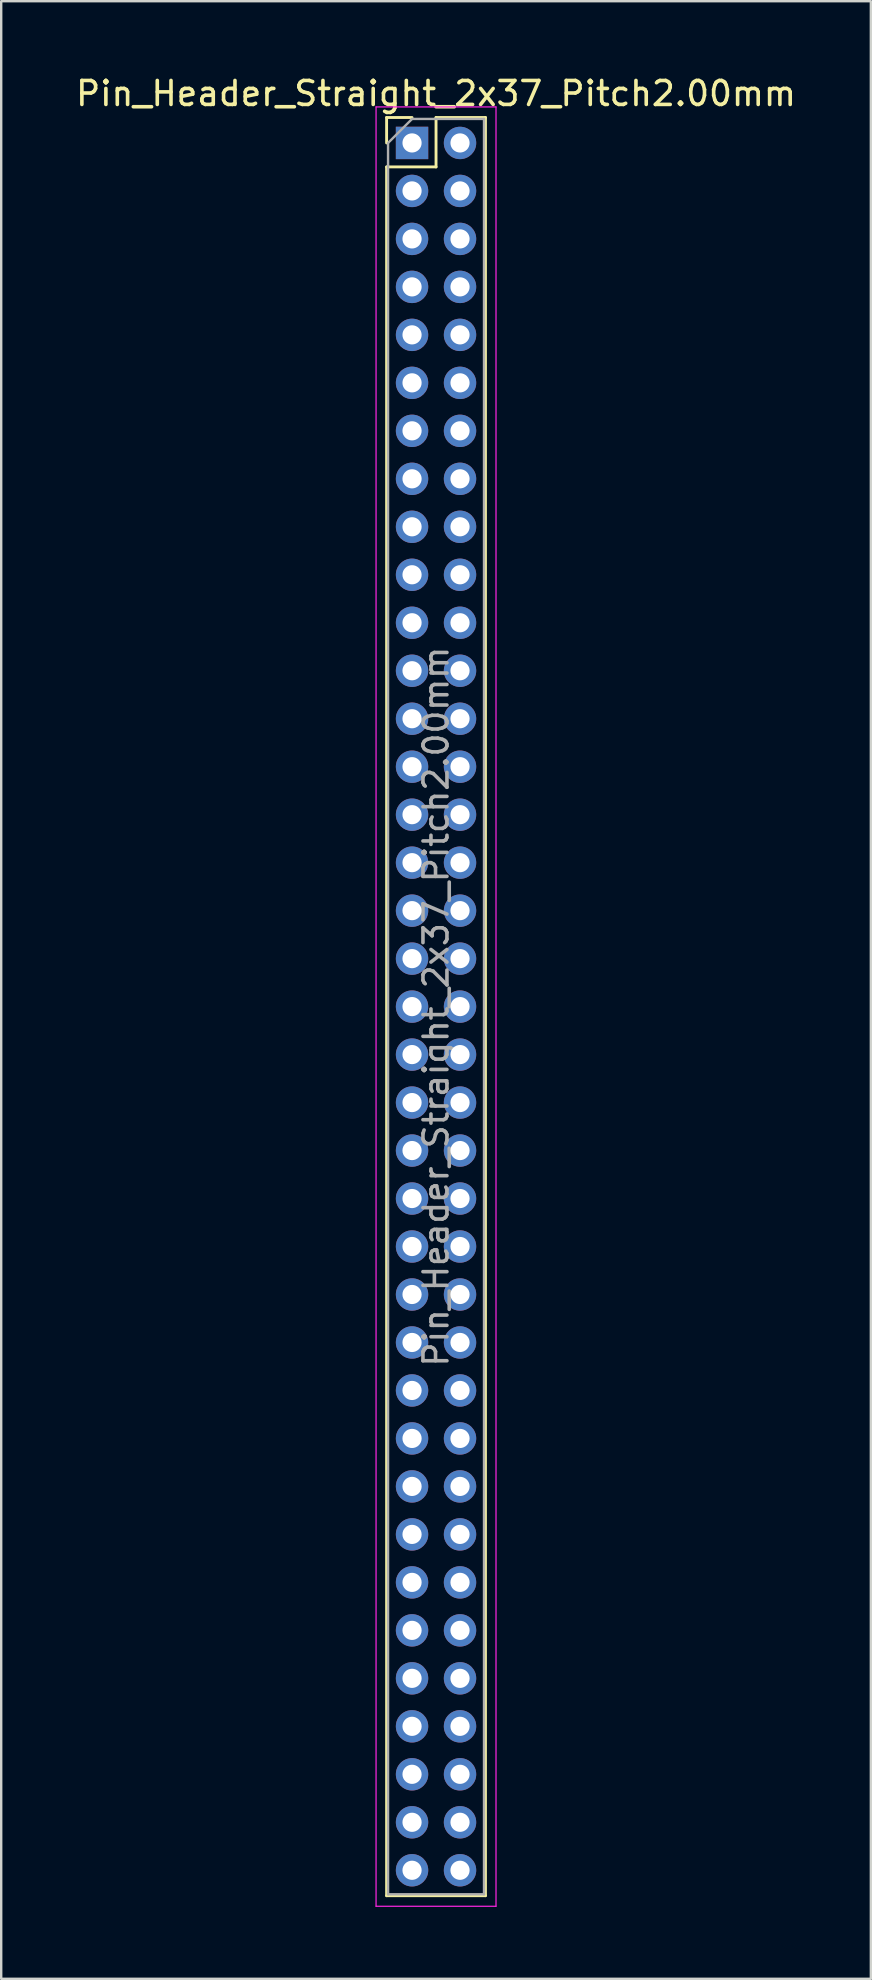
<source format=kicad_pcb>
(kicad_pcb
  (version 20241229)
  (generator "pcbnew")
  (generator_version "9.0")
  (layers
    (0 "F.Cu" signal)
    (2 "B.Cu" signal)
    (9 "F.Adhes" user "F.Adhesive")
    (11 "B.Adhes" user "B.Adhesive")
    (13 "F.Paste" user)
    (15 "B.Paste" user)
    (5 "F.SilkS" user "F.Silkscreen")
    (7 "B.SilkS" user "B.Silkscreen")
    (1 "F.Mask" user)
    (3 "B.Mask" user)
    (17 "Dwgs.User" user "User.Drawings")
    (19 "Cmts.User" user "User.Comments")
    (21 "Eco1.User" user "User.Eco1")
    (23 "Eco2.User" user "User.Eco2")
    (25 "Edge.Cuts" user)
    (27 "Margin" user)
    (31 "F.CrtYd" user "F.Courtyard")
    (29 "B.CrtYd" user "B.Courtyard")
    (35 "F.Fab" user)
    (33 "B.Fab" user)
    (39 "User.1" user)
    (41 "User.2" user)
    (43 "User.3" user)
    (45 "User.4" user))
  (footprint "Pin_Header_Straight_2x37_Pitch2.00mm"
    (layer "F.Cu")
    (at 14.125 2.908)
    (property "Reference" "Pin_Header_Straight_2x37_Pitch2.00mm" (at 1 -2.06 0) (layer "F.SilkS") (effects (font (size 1 1) (thickness 0.15))))
    (attr through_hole)
    (fp_line (start -1.06 -1.06) (end 0 -1.06) (stroke (width 0.12) (type solid)) (layer "F.SilkS"))
    (fp_line (start -1.06 0) (end -1.06 -1.06) (stroke (width 0.12) (type solid)) (layer "F.SilkS"))
    (fp_line (start -1.06 1) (end -1.06 73.06) (stroke (width 0.12) (type solid)) (layer "F.SilkS"))
    (fp_line (start -1.06 73.06) (end 3.06 73.06) (stroke (width 0.12) (type solid)) (layer "F.SilkS"))
    (fp_line (start 1 -1.06) (end 1 1) (stroke (width 0.12) (type solid)) (layer "F.SilkS"))
    (fp_line (start 1 1) (end -1.06 1) (stroke (width 0.12) (type solid)) (layer "F.SilkS"))
    (fp_line (start 3.06 -1.06) (end 1 -1.06) (stroke (width 0.12) (type solid)) (layer "F.SilkS"))
    (fp_line (start 3.06 73.06) (end 3.06 -1.06) (stroke (width 0.12) (type solid)) (layer "F.SilkS"))
    (fp_line (start -1.5 -1.5) (end -1.5 73.5) (stroke (width 0.05) (type solid)) (layer "F.CrtYd"))
    (fp_line (start -1.5 73.5) (end 3.5 73.5) (stroke (width 0.05) (type solid)) (layer "F.CrtYd"))
    (fp_line (start 3.5 -1.5) (end -1.5 -1.5) (stroke (width 0.05) (type solid)) (layer "F.CrtYd"))
    (fp_line (start 3.5 73.5) (end 3.5 -1.5) (stroke (width 0.05) (type solid)) (layer "F.CrtYd"))
    (fp_line (start -1 0) (end 0 -1) (stroke (width 0.1) (type solid)) (layer "F.Fab"))
    (fp_line (start -1 73) (end -1 0) (stroke (width 0.1) (type solid)) (layer "F.Fab"))
    (fp_line (start 0 -1) (end 3 -1) (stroke (width 0.1) (type solid)) (layer "F.Fab"))
    (fp_line (start 3 -1) (end 3 73) (stroke (width 0.1) (type solid)) (layer "F.Fab"))
    (fp_line (start 3 73) (end -1 73) (stroke (width 0.1) (type solid)) (layer "F.Fab"))
    (fp_text user "${REFERENCE}" (at 1 36 90) (layer "F.Fab") (effects (font (size 1 1) (thickness 0.15))))
    (pad "1" thru_hole rect (at 0 0) (size 1.35 1.35) (drill 0.8) (layers "*.Cu" "*.Mask"))
    (pad "2" thru_hole oval (at 2 0) (size 1.35 1.35) (drill 0.8) (layers "*.Cu" "*.Mask"))
    (pad "3" thru_hole oval (at 0 2) (size 1.35 1.35) (drill 0.8) (layers "*.Cu" "*.Mask"))
    (pad "4" thru_hole oval (at 2 2) (size 1.35 1.35) (drill 0.8) (layers "*.Cu" "*.Mask"))
    (pad "5" thru_hole oval (at 0 4) (size 1.35 1.35) (drill 0.8) (layers "*.Cu" "*.Mask"))
    (pad "6" thru_hole oval (at 2 4) (size 1.35 1.35) (drill 0.8) (layers "*.Cu" "*.Mask"))
    (pad "7" thru_hole oval (at 0 6) (size 1.35 1.35) (drill 0.8) (layers "*.Cu" "*.Mask"))
    (pad "8" thru_hole oval (at 2 6) (size 1.35 1.35) (drill 0.8) (layers "*.Cu" "*.Mask"))
    (pad "9" thru_hole oval (at 0 8) (size 1.35 1.35) (drill 0.8) (layers "*.Cu" "*.Mask"))
    (pad "10" thru_hole oval (at 2 8) (size 1.35 1.35) (drill 0.8) (layers "*.Cu" "*.Mask"))
    (pad "11" thru_hole oval (at 0 10) (size 1.35 1.35) (drill 0.8) (layers "*.Cu" "*.Mask"))
    (pad "12" thru_hole oval (at 2 10) (size 1.35 1.35) (drill 0.8) (layers "*.Cu" "*.Mask"))
    (pad "13" thru_hole oval (at 0 12) (size 1.35 1.35) (drill 0.8) (layers "*.Cu" "*.Mask"))
    (pad "14" thru_hole oval (at 2 12) (size 1.35 1.35) (drill 0.8) (layers "*.Cu" "*.Mask"))
    (pad "15" thru_hole oval (at 0 14) (size 1.35 1.35) (drill 0.8) (layers "*.Cu" "*.Mask"))
    (pad "16" thru_hole oval (at 2 14) (size 1.35 1.35) (drill 0.8) (layers "*.Cu" "*.Mask"))
    (pad "17" thru_hole oval (at 0 16) (size 1.35 1.35) (drill 0.8) (layers "*.Cu" "*.Mask"))
    (pad "18" thru_hole oval (at 2 16) (size 1.35 1.35) (drill 0.8) (layers "*.Cu" "*.Mask"))
    (pad "19" thru_hole oval (at 0 18) (size 1.35 1.35) (drill 0.8) (layers "*.Cu" "*.Mask"))
    (pad "20" thru_hole oval (at 2 18) (size 1.35 1.35) (drill 0.8) (layers "*.Cu" "*.Mask"))
    (pad "21" thru_hole oval (at 0 20) (size 1.35 1.35) (drill 0.8) (layers "*.Cu" "*.Mask"))
    (pad "22" thru_hole oval (at 2 20) (size 1.35 1.35) (drill 0.8) (layers "*.Cu" "*.Mask"))
    (pad "23" thru_hole oval (at 0 22) (size 1.35 1.35) (drill 0.8) (layers "*.Cu" "*.Mask"))
    (pad "24" thru_hole oval (at 2 22) (size 1.35 1.35) (drill 0.8) (layers "*.Cu" "*.Mask"))
    (pad "25" thru_hole oval (at 0 24) (size 1.35 1.35) (drill 0.8) (layers "*.Cu" "*.Mask"))
    (pad "26" thru_hole oval (at 2 24) (size 1.35 1.35) (drill 0.8) (layers "*.Cu" "*.Mask"))
    (pad "27" thru_hole oval (at 0 26) (size 1.35 1.35) (drill 0.8) (layers "*.Cu" "*.Mask"))
    (pad "28" thru_hole oval (at 2 26) (size 1.35 1.35) (drill 0.8) (layers "*.Cu" "*.Mask"))
    (pad "29" thru_hole oval (at 0 28) (size 1.35 1.35) (drill 0.8) (layers "*.Cu" "*.Mask"))
    (pad "30" thru_hole oval (at 2 28) (size 1.35 1.35) (drill 0.8) (layers "*.Cu" "*.Mask"))
    (pad "31" thru_hole oval (at 0 30) (size 1.35 1.35) (drill 0.8) (layers "*.Cu" "*.Mask"))
    (pad "32" thru_hole oval (at 2 30) (size 1.35 1.35) (drill 0.8) (layers "*.Cu" "*.Mask"))
    (pad "33" thru_hole oval (at 0 32) (size 1.35 1.35) (drill 0.8) (layers "*.Cu" "*.Mask"))
    (pad "34" thru_hole oval (at 2 32) (size 1.35 1.35) (drill 0.8) (layers "*.Cu" "*.Mask"))
    (pad "35" thru_hole oval (at 0 34) (size 1.35 1.35) (drill 0.8) (layers "*.Cu" "*.Mask"))
    (pad "36" thru_hole oval (at 2 34) (size 1.35 1.35) (drill 0.8) (layers "*.Cu" "*.Mask"))
    (pad "37" thru_hole oval (at 0 36) (size 1.35 1.35) (drill 0.8) (layers "*.Cu" "*.Mask"))
    (pad "38" thru_hole oval (at 2 36) (size 1.35 1.35) (drill 0.8) (layers "*.Cu" "*.Mask"))
    (pad "39" thru_hole oval (at 0 38) (size 1.35 1.35) (drill 0.8) (layers "*.Cu" "*.Mask"))
    (pad "40" thru_hole oval (at 2 38) (size 1.35 1.35) (drill 0.8) (layers "*.Cu" "*.Mask"))
    (pad "41" thru_hole oval (at 0 40) (size 1.35 1.35) (drill 0.8) (layers "*.Cu" "*.Mask"))
    (pad "42" thru_hole oval (at 2 40) (size 1.35 1.35) (drill 0.8) (layers "*.Cu" "*.Mask"))
    (pad "43" thru_hole oval (at 0 42) (size 1.35 1.35) (drill 0.8) (layers "*.Cu" "*.Mask"))
    (pad "44" thru_hole oval (at 2 42) (size 1.35 1.35) (drill 0.8) (layers "*.Cu" "*.Mask"))
    (pad "45" thru_hole oval (at 0 44) (size 1.35 1.35) (drill 0.8) (layers "*.Cu" "*.Mask"))
    (pad "46" thru_hole oval (at 2 44) (size 1.35 1.35) (drill 0.8) (layers "*.Cu" "*.Mask"))
    (pad "47" thru_hole oval (at 0 46) (size 1.35 1.35) (drill 0.8) (layers "*.Cu" "*.Mask"))
    (pad "48" thru_hole oval (at 2 46) (size 1.35 1.35) (drill 0.8) (layers "*.Cu" "*.Mask"))
    (pad "49" thru_hole oval (at 0 48) (size 1.35 1.35) (drill 0.8) (layers "*.Cu" "*.Mask"))
    (pad "50" thru_hole oval (at 2 48) (size 1.35 1.35) (drill 0.8) (layers "*.Cu" "*.Mask"))
    (pad "51" thru_hole oval (at 0 50) (size 1.35 1.35) (drill 0.8) (layers "*.Cu" "*.Mask"))
    (pad "52" thru_hole oval (at 2 50) (size 1.35 1.35) (drill 0.8) (layers "*.Cu" "*.Mask"))
    (pad "53" thru_hole oval (at 0 52) (size 1.35 1.35) (drill 0.8) (layers "*.Cu" "*.Mask"))
    (pad "54" thru_hole oval (at 2 52) (size 1.35 1.35) (drill 0.8) (layers "*.Cu" "*.Mask"))
    (pad "55" thru_hole oval (at 0 54) (size 1.35 1.35) (drill 0.8) (layers "*.Cu" "*.Mask"))
    (pad "56" thru_hole oval (at 2 54) (size 1.35 1.35) (drill 0.8) (layers "*.Cu" "*.Mask"))
    (pad "57" thru_hole oval (at 0 56) (size 1.35 1.35) (drill 0.8) (layers "*.Cu" "*.Mask"))
    (pad "58" thru_hole oval (at 2 56) (size 1.35 1.35) (drill 0.8) (layers "*.Cu" "*.Mask"))
    (pad "59" thru_hole oval (at 0 58) (size 1.35 1.35) (drill 0.8) (layers "*.Cu" "*.Mask"))
    (pad "60" thru_hole oval (at 2 58) (size 1.35 1.35) (drill 0.8) (layers "*.Cu" "*.Mask"))
    (pad "61" thru_hole oval (at 0 60) (size 1.35 1.35) (drill 0.8) (layers "*.Cu" "*.Mask"))
    (pad "62" thru_hole oval (at 2 60) (size 1.35 1.35) (drill 0.8) (layers "*.Cu" "*.Mask"))
    (pad "63" thru_hole oval (at 0 62) (size 1.35 1.35) (drill 0.8) (layers "*.Cu" "*.Mask"))
    (pad "64" thru_hole oval (at 2 62) (size 1.35 1.35) (drill 0.8) (layers "*.Cu" "*.Mask"))
    (pad "65" thru_hole oval (at 0 64) (size 1.35 1.35) (drill 0.8) (layers "*.Cu" "*.Mask"))
    (pad "66" thru_hole oval (at 2 64) (size 1.35 1.35) (drill 0.8) (layers "*.Cu" "*.Mask"))
    (pad "67" thru_hole oval (at 0 66) (size 1.35 1.35) (drill 0.8) (layers "*.Cu" "*.Mask"))
    (pad "68" thru_hole oval (at 2 66) (size 1.35 1.35) (drill 0.8) (layers "*.Cu" "*.Mask"))
    (pad "69" thru_hole oval (at 0 68) (size 1.35 1.35) (drill 0.8) (layers "*.Cu" "*.Mask"))
    (pad "70" thru_hole oval (at 2 68) (size 1.35 1.35) (drill 0.8) (layers "*.Cu" "*.Mask"))
    (pad "71" thru_hole oval (at 0 70) (size 1.35 1.35) (drill 0.8) (layers "*.Cu" "*.Mask"))
    (pad "72" thru_hole oval (at 2 70) (size 1.35 1.35) (drill 0.8) (layers "*.Cu" "*.Mask"))
    (pad "73" thru_hole oval (at 0 72) (size 1.35 1.35) (drill 0.8) (layers "*.Cu" "*.Mask"))
    (pad "74" thru_hole oval (at 2 72) (size 1.35 1.35) (drill 0.8) (layers "*.Cu" "*.Mask")))
  (gr_rect
    (start -3 -3)
    (end 33.25 79.433)
    (stroke (width 0.1) (type default))
    (fill no)
    (layer "Edge.Cuts")))
</source>
